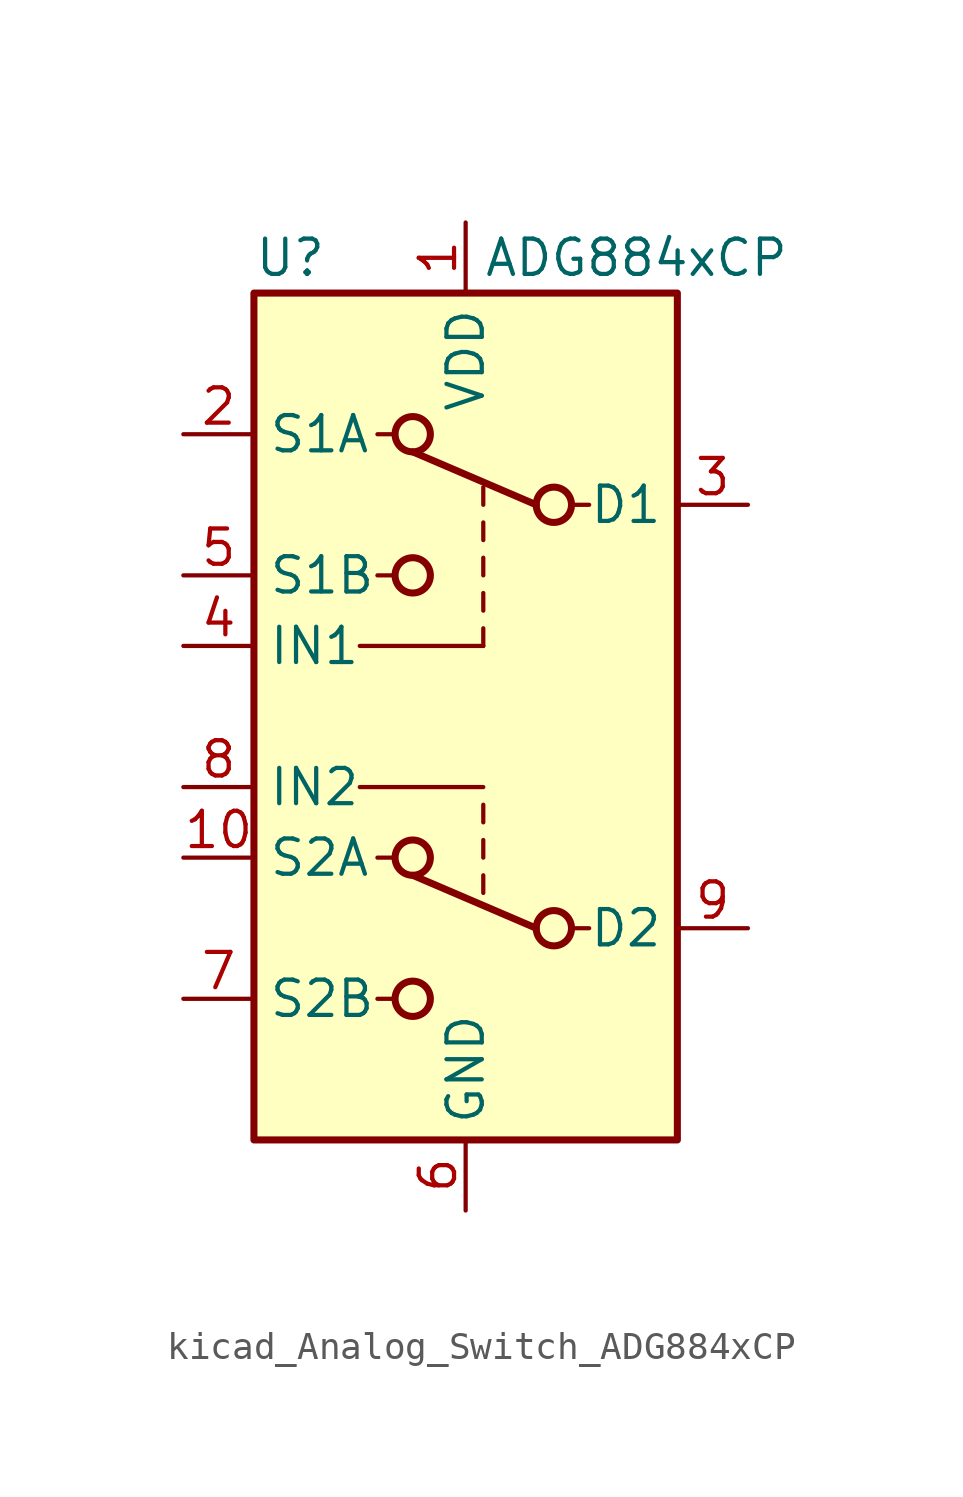
<source format=kicad_sym>
(kicad_symbol_lib
  (version 20220914)
  (generator kicad_symbol_editor)
  (symbol "kicad_Analog_Switch_ADG884xCP"
    (property "Reference" "U"
      (at -7.62 16.51 0)
      (effects (font (size 1.27 1.27)) (justify left)))
    (property "Value" "ADG884xCP"
      (at 0.635 16.51 0)
      (effects (font (size 1.27 1.27)) (justify left)))
    (symbol "kicad_Analog_Switch_ADG884xCP_0_1"
      (rectangle (start -7.62 15.24) (end 7.62 -15.24) (stroke (width 0.254) (type default)) (fill (type background)))
      (circle (center -1.905 -10.16) (radius 0.635) (stroke (width 0.254) (type default)) (fill (type none)))
      (circle (center -1.905 -5.08) (radius 0.635) (stroke (width 0.254) (type default)) (fill (type none)))
      (circle (center -1.905 5.08) (radius 0.635) (stroke (width 0.254) (type default)) (fill (type none)))
      (circle (center -1.905 10.16) (radius 0.635) (stroke (width 0.254) (type default)) (fill (type none)))
      (polyline (pts (xy -3.81 -2.54) (xy 0.635 -2.54)) (stroke (width 0) (type default)) (fill (type none)))
      (polyline (pts (xy -3.81 2.54) (xy 0.635 2.54)) (stroke (width 0) (type default)) (fill (type none)))
      (polyline (pts (xy -3.175 -10.16) (xy -2.54 -10.16)) (stroke (width 0) (type default)) (fill (type none)))
      (polyline (pts (xy -3.175 -5.08) (xy -2.54 -5.08)) (stroke (width 0) (type default)) (fill (type none)))
      (polyline (pts (xy -3.175 5.08) (xy -2.54 5.08)) (stroke (width 0) (type default)) (fill (type none)))
      (polyline (pts (xy -3.175 10.16) (xy -2.54 10.16)) (stroke (width 0) (type default)) (fill (type none)))
      (polyline (pts (xy -1.905 9.525) (xy 2.54 7.62)) (stroke (width 0.254) (type default)) (fill (type none)))
      (polyline (pts (xy 0.635 -5.715) (xy 0.635 -6.35)) (stroke (width 0) (type default)) (fill (type none)))
      (polyline (pts (xy 0.635 -4.445) (xy 0.635 -5.08)) (stroke (width 0) (type default)) (fill (type none)))
      (polyline (pts (xy 0.635 -3.175) (xy 0.635 -3.81)) (stroke (width 0) (type default)) (fill (type none)))
      (polyline (pts (xy 0.635 3.175) (xy 0.635 2.54)) (stroke (width 0) (type default)) (fill (type none)))
      (polyline (pts (xy 0.635 4.445) (xy 0.635 3.81)) (stroke (width 0) (type default)) (fill (type none)))
      (polyline (pts (xy 0.635 5.715) (xy 0.635 5.08)) (stroke (width 0) (type default)) (fill (type none)))
      (polyline (pts (xy 0.635 6.985) (xy 0.635 6.35)) (stroke (width 0) (type default)) (fill (type none)))
      (polyline (pts (xy 0.635 8.255) (xy 0.635 7.62)) (stroke (width 0) (type default)) (fill (type none)))
      (polyline (pts (xy 2.54 -7.62) (xy -1.905 -5.715)) (stroke (width 0.254) (type default)) (fill (type none)))
      (polyline (pts (xy 4.445 -7.62) (xy 3.81 -7.62)) (stroke (width 0) (type default)) (fill (type none)))
      (polyline (pts (xy 4.445 7.62) (xy 3.81 7.62)) (stroke (width 0) (type default)) (fill (type none)))
      (circle (center 3.175 -7.62) (radius 0.635) (stroke (width 0.254) (type default)) (fill (type none)))
      (circle (center 3.175 7.62) (radius 0.635) (stroke (width 0.254) (type default)) (fill (type none))))
    (symbol "kicad_Analog_Switch_ADG884xCP_1_1"
      (pin power_in line (at 0 17.78 270) (length 2.54) (name "VDD" (effects (font (size 1.27 1.27)))) (number "1" (effects (font (size 1.27 1.27)))))
      (pin bidirectional line (at -10.16 -5.08 0) (length 2.54) (name "S2A" (effects (font (size 1.27 1.27)))) (number "10" (effects (font (size 1.27 1.27)))))
      (pin passive line (at 0 -17.78 90) (length 2.54) hide (name "GND" (effects (font (size 1.27 1.27)))) (number "11" (effects (font (size 1.27 1.27)))))
      (pin bidirectional line (at -10.16 10.16 0) (length 2.54) (name "S1A" (effects (font (size 1.27 1.27)))) (number "2" (effects (font (size 1.27 1.27)))))
      (pin bidirectional line (at 10.16 7.62 180) (length 2.54) (name "D1" (effects (font (size 1.27 1.27)))) (number "3" (effects (font (size 1.27 1.27)))))
      (pin input line (at -10.16 2.54 0) (length 2.54) (name "IN1" (effects (font (size 1.27 1.27)))) (number "4" (effects (font (size 1.27 1.27)))))
      (pin bidirectional line (at -10.16 5.08 0) (length 2.54) (name "S1B" (effects (font (size 1.27 1.27)))) (number "5" (effects (font (size 1.27 1.27)))))
      (pin power_in line (at 0 -17.78 90) (length 2.54) (name "GND" (effects (font (size 1.27 1.27)))) (number "6" (effects (font (size 1.27 1.27)))))
      (pin bidirectional line (at -10.16 -10.16 0) (length 2.54) (name "S2B" (effects (font (size 1.27 1.27)))) (number "7" (effects (font (size 1.27 1.27)))))
      (pin input line (at -10.16 -2.54 0) (length 2.54) (name "IN2" (effects (font (size 1.27 1.27)))) (number "8" (effects (font (size 1.27 1.27)))))
      (pin bidirectional line (at 10.16 -7.62 180) (length 2.54) (name "D2" (effects (font (size 1.27 1.27)))) (number "9" (effects (font (size 1.27 1.27))))))))
</source>
